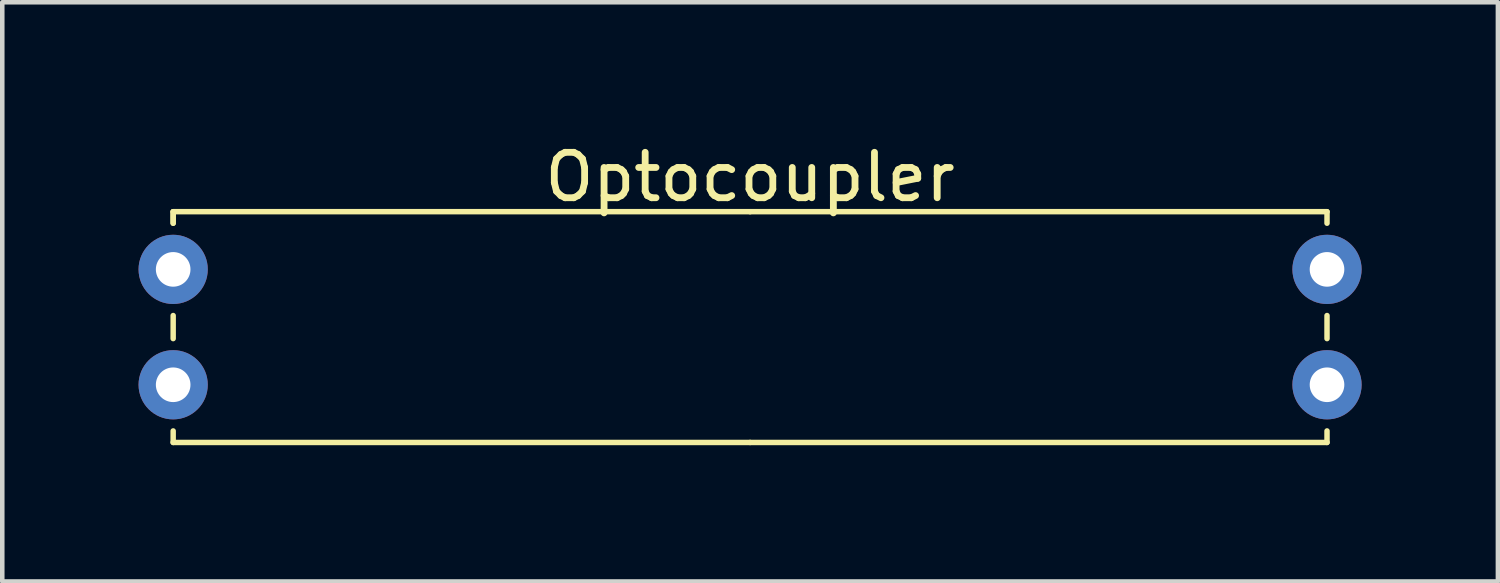
<source format=kicad_pcb>
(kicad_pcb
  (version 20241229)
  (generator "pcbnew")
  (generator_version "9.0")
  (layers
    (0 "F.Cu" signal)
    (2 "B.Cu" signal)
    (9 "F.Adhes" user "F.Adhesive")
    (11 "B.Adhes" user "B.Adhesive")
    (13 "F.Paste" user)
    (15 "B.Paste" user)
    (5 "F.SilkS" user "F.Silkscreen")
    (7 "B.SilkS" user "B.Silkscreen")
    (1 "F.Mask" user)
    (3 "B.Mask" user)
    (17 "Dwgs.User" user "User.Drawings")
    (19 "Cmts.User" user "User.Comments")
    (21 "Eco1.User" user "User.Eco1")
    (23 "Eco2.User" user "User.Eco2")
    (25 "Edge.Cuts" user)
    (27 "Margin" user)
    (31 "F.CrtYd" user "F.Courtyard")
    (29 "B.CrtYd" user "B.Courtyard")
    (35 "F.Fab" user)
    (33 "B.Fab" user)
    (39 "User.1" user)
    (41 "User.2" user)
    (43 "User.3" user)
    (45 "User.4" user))
  (footprint "Optocoupler"
    (layer "F.Cu")
    (at 0.762 0.34)
    (property "Reference" "Optocoupler" (at 12.7 0.508 0) (layer "F.SilkS") (effects (font (size 1 1) (thickness 0.15))))
    (attr through_hole)
    (fp_line (start 0 1.27) (end 0 1.524) (stroke (width 0.12) (type solid)) (layer "F.SilkS"))
    (fp_line (start 0 1.27) (end 12.7 1.27) (stroke (width 0.12) (type solid)) (layer "F.SilkS"))
    (fp_line (start 0 1.524) (end 0 1.27) (stroke (width 0.12) (type solid)) (layer "F.SilkS"))
    (fp_line (start 0 3.556) (end 0 4.064) (stroke (width 0.12) (type solid)) (layer "F.SilkS"))
    (fp_line (start 0 6.35) (end 0 6.096) (stroke (width 0.12) (type solid)) (layer "F.SilkS"))
    (fp_line (start 12.7 1.27) (end 25.4 1.27) (stroke (width 0.12) (type solid)) (layer "F.SilkS"))
    (fp_line (start 12.7 6.35) (end 0 6.35) (stroke (width 0.12) (type solid)) (layer "F.SilkS"))
    (fp_line (start 12.7 6.35) (end 25.4 6.35) (stroke (width 0.12) (type solid)) (layer "F.SilkS"))
    (fp_line (start 25.4 1.27) (end 25.4 1.524) (stroke (width 0.12) (type solid)) (layer "F.SilkS"))
    (fp_line (start 25.4 3.556) (end 25.4 4.064) (stroke (width 0.12) (type solid)) (layer "F.SilkS"))
    (fp_line (start 25.4 6.35) (end 25.4 6.096) (stroke (width 0.12) (type solid)) (layer "F.SilkS"))
    (pad "1" thru_hole circle (at 0 2.54) (size 1.524 1.524) (drill 0.762) (layers "*.Cu" "*.Mask"))
    (pad "2" thru_hole circle (at 0 5.08) (size 1.524 1.524) (drill 0.762) (layers "*.Cu" "*.Mask"))
    (pad "3" thru_hole circle (at 25.4 2.54) (size 1.524 1.524) (drill 0.762) (layers "*.Cu" "*.Mask"))
    (pad "4" thru_hole circle (at 25.4 5.08) (size 1.524 1.524) (drill 0.762) (layers "*.Cu" "*.Mask")))
  (gr_rect
    (start -3 -3)
    (end 29.924 9.75)
    (stroke (width 0.1) (type default))
    (fill no)
    (layer "Edge.Cuts")))
</source>
